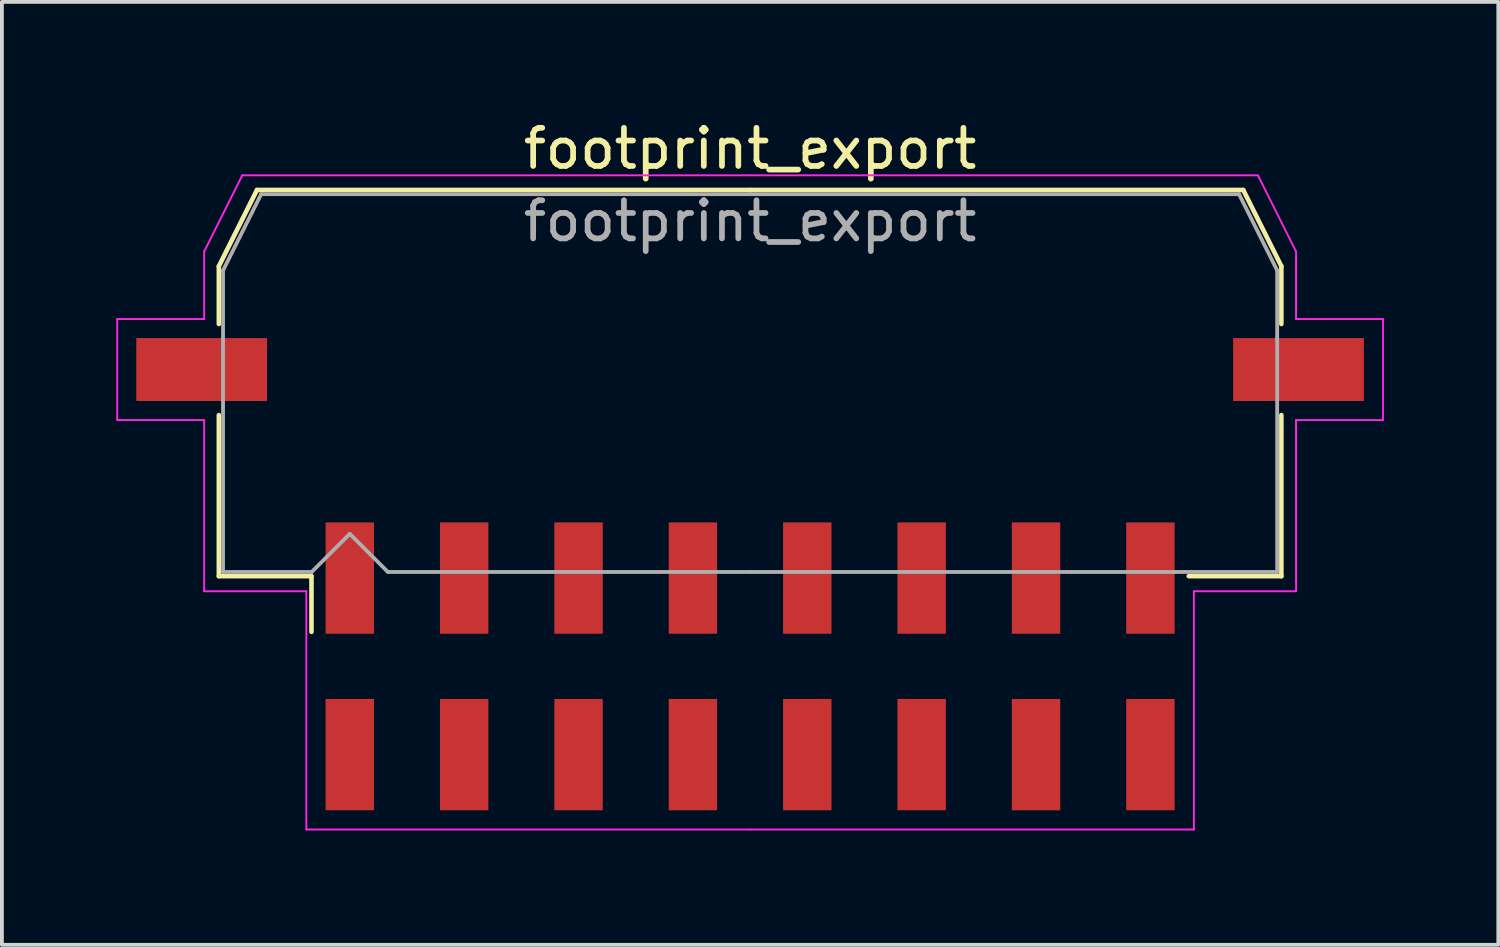
<source format=kicad_pcb>
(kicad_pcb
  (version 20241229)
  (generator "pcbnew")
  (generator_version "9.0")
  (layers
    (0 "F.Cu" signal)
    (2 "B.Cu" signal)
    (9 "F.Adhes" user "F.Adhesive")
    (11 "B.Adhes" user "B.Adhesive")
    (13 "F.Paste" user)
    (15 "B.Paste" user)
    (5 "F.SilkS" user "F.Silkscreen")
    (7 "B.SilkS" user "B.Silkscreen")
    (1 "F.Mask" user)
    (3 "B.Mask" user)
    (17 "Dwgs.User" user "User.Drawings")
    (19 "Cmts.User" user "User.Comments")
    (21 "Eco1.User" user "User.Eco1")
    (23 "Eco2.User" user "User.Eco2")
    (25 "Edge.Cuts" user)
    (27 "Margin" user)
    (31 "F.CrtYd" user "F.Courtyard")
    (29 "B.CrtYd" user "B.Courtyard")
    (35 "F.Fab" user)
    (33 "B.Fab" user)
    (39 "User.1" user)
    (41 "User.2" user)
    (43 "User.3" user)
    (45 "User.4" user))
  (footprint "footprint_export"
    (layer "F.Cu")
    (at 16.625 14.428)
    (property "Reference" "footprint_export" (at 0 -13.58 0) (layer "F.SilkS") (effects (font (size 1 1) (thickness 0.15))))
    (attr smd)
    (fp_line (start -13.935 -10.495) (end -13.935 -8.98) (stroke (width 0.12) (type solid)) (layer "F.SilkS"))
    (fp_line (start -13.935 -6.59) (end -13.935 -2.365) (stroke (width 0.12) (type solid)) (layer "F.SilkS"))
    (fp_line (start -13.935 -2.365) (end -11.505 -2.365) (stroke (width 0.12) (type solid)) (layer "F.SilkS"))
    (fp_line (start -12.935 -12.495) (end -13.935 -10.495) (stroke (width 0.12) (type solid)) (layer "F.SilkS"))
    (fp_line (start -11.505 -2.365) (end -11.505 -0.905) (stroke (width 0.12) (type solid)) (layer "F.SilkS"))
    (fp_line (start 0 -12.495) (end -12.935 -12.495) (stroke (width 0.12) (type solid)) (layer "F.SilkS"))
    (fp_line (start 0 -12.495) (end 12.935 -12.495) (stroke (width 0.12) (type solid)) (layer "F.SilkS"))
    (fp_line (start 12.935 -12.495) (end 13.935 -10.495) (stroke (width 0.12) (type solid)) (layer "F.SilkS"))
    (fp_line (start 13.935 -10.495) (end 13.935 -8.98) (stroke (width 0.12) (type solid)) (layer "F.SilkS"))
    (fp_line (start 13.935 -6.59) (end 13.935 -2.365) (stroke (width 0.12) (type solid)) (layer "F.SilkS"))
    (fp_line (start 13.935 -2.365) (end 11.505 -2.365) (stroke (width 0.12) (type solid)) (layer "F.SilkS"))
    (fp_line (start -16.6 -9.11) (end -16.6 -6.46) (stroke (width 0.05) (type solid)) (layer "F.CrtYd"))
    (fp_line (start -16.6 -6.46) (end -14.32 -6.46) (stroke (width 0.05) (type solid)) (layer "F.CrtYd"))
    (fp_line (start -14.32 -10.88) (end -14.32 -9.11) (stroke (width 0.05) (type solid)) (layer "F.CrtYd"))
    (fp_line (start -14.32 -9.11) (end -16.6 -9.11) (stroke (width 0.05) (type solid)) (layer "F.CrtYd"))
    (fp_line (start -14.32 -6.46) (end -14.32 -1.97) (stroke (width 0.05) (type solid)) (layer "F.CrtYd"))
    (fp_line (start -14.32 -1.97) (end -11.64 -1.97) (stroke (width 0.05) (type solid)) (layer "F.CrtYd"))
    (fp_line (start -13.32 -12.88) (end -14.32 -10.88) (stroke (width 0.05) (type solid)) (layer "F.CrtYd"))
    (fp_line (start -11.64 -1.97) (end -11.64 4.28) (stroke (width 0.05) (type solid)) (layer "F.CrtYd"))
    (fp_line (start -11.64 4.28) (end 0 4.28) (stroke (width 0.05) (type solid)) (layer "F.CrtYd"))
    (fp_line (start 0 -12.88) (end -13.32 -12.88) (stroke (width 0.05) (type solid)) (layer "F.CrtYd"))
    (fp_line (start 0 -12.88) (end 13.32 -12.88) (stroke (width 0.05) (type solid)) (layer "F.CrtYd"))
    (fp_line (start 11.64 -1.97) (end 11.64 4.28) (stroke (width 0.05) (type solid)) (layer "F.CrtYd"))
    (fp_line (start 11.64 4.28) (end 0 4.28) (stroke (width 0.05) (type solid)) (layer "F.CrtYd"))
    (fp_line (start 13.32 -12.88) (end 14.32 -10.88) (stroke (width 0.05) (type solid)) (layer "F.CrtYd"))
    (fp_line (start 14.32 -10.88) (end 14.32 -9.11) (stroke (width 0.05) (type solid)) (layer "F.CrtYd"))
    (fp_line (start 14.32 -9.11) (end 16.6 -9.11) (stroke (width 0.05) (type solid)) (layer "F.CrtYd"))
    (fp_line (start 14.32 -6.46) (end 14.32 -1.97) (stroke (width 0.05) (type solid)) (layer "F.CrtYd"))
    (fp_line (start 14.32 -1.97) (end 11.64 -1.97) (stroke (width 0.05) (type solid)) (layer "F.CrtYd"))
    (fp_line (start 16.6 -9.11) (end 16.6 -6.46) (stroke (width 0.05) (type solid)) (layer "F.CrtYd"))
    (fp_line (start 16.6 -6.46) (end 14.32 -6.46) (stroke (width 0.05) (type solid)) (layer "F.CrtYd"))
    (fp_line (start -13.825 -10.385) (end -13.825 -8.61) (stroke (width 0.1) (type solid)) (layer "F.Fab"))
    (fp_line (start -13.825 -8.61) (end -13.825 -2.475) (stroke (width 0.1) (type solid)) (layer "F.Fab"))
    (fp_line (start -13.825 -2.475) (end -11.5 -2.475) (stroke (width 0.1) (type solid)) (layer "F.Fab"))
    (fp_line (start -12.825 -12.385) (end -13.825 -10.385) (stroke (width 0.1) (type solid)) (layer "F.Fab"))
    (fp_line (start -11.5 -2.475) (end -10.5 -3.475) (stroke (width 0.1) (type solid)) (layer "F.Fab"))
    (fp_line (start -10.5 -3.475) (end -9.5 -2.475) (stroke (width 0.1) (type solid)) (layer "F.Fab"))
    (fp_line (start -9.5 -2.475) (end 0 -2.475) (stroke (width 0.1) (type solid)) (layer "F.Fab"))
    (fp_line (start 0 -12.385) (end -12.825 -12.385) (stroke (width 0.1) (type solid)) (layer "F.Fab"))
    (fp_line (start 0 -12.385) (end 12.825 -12.385) (stroke (width 0.1) (type solid)) (layer "F.Fab"))
    (fp_line (start 11.135 -2.475) (end 0 -2.475) (stroke (width 0.1) (type solid)) (layer "F.Fab"))
    (fp_line (start 12.825 -12.385) (end 13.825 -10.385) (stroke (width 0.1) (type solid)) (layer "F.Fab"))
    (fp_line (start 13.825 -10.385) (end 13.825 -8.61) (stroke (width 0.1) (type solid)) (layer "F.Fab"))
    (fp_line (start 13.825 -8.61) (end 13.825 -2.475) (stroke (width 0.1) (type solid)) (layer "F.Fab"))
    (fp_line (start 13.825 -2.475) (end 11.135 -2.475) (stroke (width 0.1) (type solid)) (layer "F.Fab"))
    (fp_text user "${REFERENCE}" (at 0 -11.68 0) (layer "F.Fab") (effects (font (size 1 1) (thickness 0.15))))
    (pad "1" smd rect (at -10.5 -2.315) (size 1.27 2.92) (layers "F.Cu" "F.Mask" "F.Paste"))
    (pad "2" smd rect (at -7.5 -2.315) (size 1.27 2.92) (layers "F.Cu" "F.Mask" "F.Paste"))
    (pad "3" smd rect (at -4.5 -2.315) (size 1.27 2.92) (layers "F.Cu" "F.Mask" "F.Paste"))
    (pad "4" smd rect (at -1.5 -2.315) (size 1.27 2.92) (layers "F.Cu" "F.Mask" "F.Paste"))
    (pad "5" smd rect (at 1.5 -2.315) (size 1.27 2.92) (layers "F.Cu" "F.Mask" "F.Paste"))
    (pad "6" smd rect (at 4.5 -2.315) (size 1.27 2.92) (layers "F.Cu" "F.Mask" "F.Paste"))
    (pad "7" smd rect (at 7.5 -2.315) (size 1.27 2.92) (layers "F.Cu" "F.Mask" "F.Paste"))
    (pad "8" smd rect (at 10.5 -2.315) (size 1.27 2.92) (layers "F.Cu" "F.Mask" "F.Paste"))
    (pad "9" smd rect (at -10.5 2.315) (size 1.27 2.92) (layers "F.Cu" "F.Mask" "F.Paste"))
    (pad "10" smd rect (at -7.5 2.315) (size 1.27 2.92) (layers "F.Cu" "F.Mask" "F.Paste"))
    (pad "11" smd rect (at -4.5 2.315) (size 1.27 2.92) (layers "F.Cu" "F.Mask" "F.Paste"))
    (pad "12" smd rect (at -1.5 2.315) (size 1.27 2.92) (layers "F.Cu" "F.Mask" "F.Paste"))
    (pad "13" smd rect (at 1.5 2.315) (size 1.27 2.92) (layers "F.Cu" "F.Mask" "F.Paste"))
    (pad "14" smd rect (at 4.5 2.315) (size 1.27 2.92) (layers "F.Cu" "F.Mask" "F.Paste"))
    (pad "15" smd rect (at 7.5 2.315) (size 1.27 2.92) (layers "F.Cu" "F.Mask" "F.Paste"))
    (pad "16" smd rect (at 10.5 2.315) (size 1.27 2.92) (layers "F.Cu" "F.Mask" "F.Paste"))
    (pad "MP" smd rect (at -14.385 -7.785) (size 3.43 1.65) (layers "F.Cu" "F.Mask" "F.Paste"))
    (pad "MP" smd rect (at 14.385 -7.785) (size 3.43 1.65) (layers "F.Cu" "F.Mask" "F.Paste")))
  (gr_rect
    (start -3 -3)
    (end 36.25 21.733)
    (stroke (width 0.1) (type default))
    (fill no)
    (layer "Edge.Cuts")))
</source>
